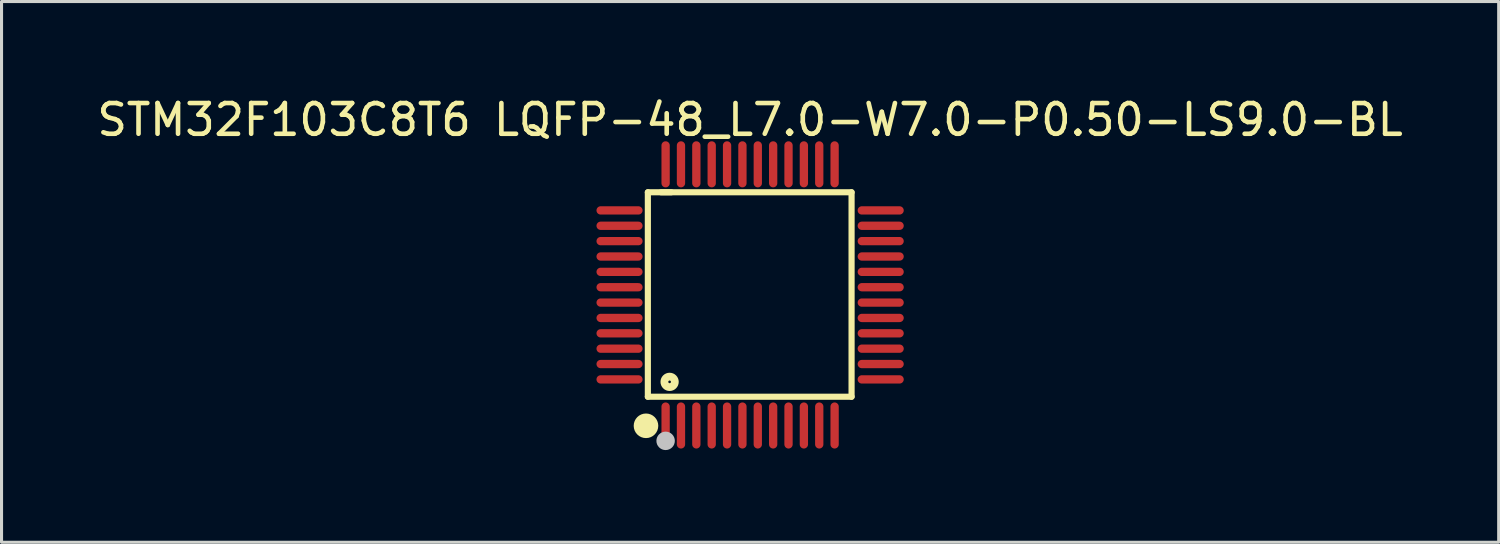
<source format=kicad_pcb>
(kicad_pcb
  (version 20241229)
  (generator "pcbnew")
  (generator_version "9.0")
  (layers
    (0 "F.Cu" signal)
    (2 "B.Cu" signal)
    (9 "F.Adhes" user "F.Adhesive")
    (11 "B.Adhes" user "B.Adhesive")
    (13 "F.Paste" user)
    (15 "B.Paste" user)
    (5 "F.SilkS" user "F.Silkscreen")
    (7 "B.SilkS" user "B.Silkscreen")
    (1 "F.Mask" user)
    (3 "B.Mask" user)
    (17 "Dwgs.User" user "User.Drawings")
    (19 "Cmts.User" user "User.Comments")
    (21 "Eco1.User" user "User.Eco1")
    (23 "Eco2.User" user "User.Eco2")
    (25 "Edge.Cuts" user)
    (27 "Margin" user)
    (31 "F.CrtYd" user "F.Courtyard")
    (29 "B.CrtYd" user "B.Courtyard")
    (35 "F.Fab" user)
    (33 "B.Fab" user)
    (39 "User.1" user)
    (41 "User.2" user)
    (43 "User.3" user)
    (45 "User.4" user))
  (footprint "STM32F103C8T6 LQFP-48_L7.0-W7.0-P0.50-LS9.0-BL"
    (layer "F.Cu")
    (at 21.363 6.548)
    (property "Reference" "STM32F103C8T6 LQFP-48_L7.0-W7.0-P0.50-LS9.0-BL" (at 0 -5.7 0) (unlocked yes) (layer "F.SilkS") (effects (font (size 1 1) (thickness 0.15))))
    (fp_line (start -3.328 -3.34) (end -2.566 -3.34) (stroke (width 0.2) (type default)) (layer "F.SilkS"))
    (fp_line (start -3.328 3.314) (end -3.328 -3.34) (stroke (width 0.2) (type default)) (layer "F.SilkS"))
    (fp_line (start -2.896 -3.34) (end 3.302 -3.34) (stroke (width 0.2) (type default)) (layer "F.SilkS"))
    (fp_line (start 3.302 -3.34) (end 3.302 3.314) (stroke (width 0.2) (type default)) (layer "F.SilkS"))
    (fp_line (start 3.302 3.314) (end -3.328 3.314) (stroke (width 0.2) (type default)) (layer "F.SilkS"))
    (fp_arc (start -3.3875 4.06) (mid -3.38825 4.460002) (end -3.39 4.06) (stroke (width 0.4) (type default)) (layer "F.SilkS"))
    (fp_circle (center -2.62 2.83) (end -2.45 2.83) (stroke (width 0.254) (type default)) (fill no) (layer "F.SilkS"))
    (fp_circle (center -2.75 4.75) (end -2.6 4.75) (stroke (width 0.3) (type default)) (fill no) (layer "Dwgs.User"))
    (fp_poly (pts (xy -4.5 -2.865) (xy -3.8 -2.865) (xy -3.8 -2.635) (xy -4.5 -2.635)) (stroke (width 0.1) (type default)) (fill no) (layer "User.1"))
    (fp_poly (pts (xy -4.5 -2.365) (xy -3.8 -2.365) (xy -3.8 -2.135) (xy -4.5 -2.135)) (stroke (width 0.1) (type default)) (fill no) (layer "User.1"))
    (fp_poly (pts (xy -4.5 -1.865) (xy -3.8 -1.865) (xy -3.8 -1.635) (xy -4.5 -1.635)) (stroke (width 0.1) (type default)) (fill no) (layer "User.1"))
    (fp_poly (pts (xy -4.5 -1.365) (xy -3.8 -1.365) (xy -3.8 -1.135) (xy -4.5 -1.135)) (stroke (width 0.1) (type default)) (fill no) (layer "User.1"))
    (fp_poly (pts (xy -4.5 -0.865) (xy -3.8 -0.865) (xy -3.8 -0.635) (xy -4.5 -0.635)) (stroke (width 0.1) (type default)) (fill no) (layer "User.1"))
    (fp_poly (pts (xy -4.5 -0.365) (xy -3.8 -0.365) (xy -3.8 -0.135) (xy -4.5 -0.135)) (stroke (width 0.1) (type default)) (fill no) (layer "User.1"))
    (fp_poly (pts (xy -4.5 0.135) (xy -3.8 0.135) (xy -3.8 0.365) (xy -4.5 0.365)) (stroke (width 0.1) (type default)) (fill no) (layer "User.1"))
    (fp_poly (pts (xy -4.5 0.635) (xy -3.8 0.635) (xy -3.8 0.865) (xy -4.5 0.865)) (stroke (width 0.1) (type default)) (fill no) (layer "User.1"))
    (fp_poly (pts (xy -4.5 1.135) (xy -3.8 1.135) (xy -3.8 1.365) (xy -4.5 1.365)) (stroke (width 0.1) (type default)) (fill no) (layer "User.1"))
    (fp_poly (pts (xy -4.5 1.635) (xy -3.8 1.635) (xy -3.8 1.865) (xy -4.5 1.865)) (stroke (width 0.1) (type default)) (fill no) (layer "User.1"))
    (fp_poly (pts (xy -4.5 2.135) (xy -3.8 2.135) (xy -3.8 2.365) (xy -4.5 2.365)) (stroke (width 0.1) (type default)) (fill no) (layer "User.1"))
    (fp_poly (pts (xy -4.5 2.635) (xy -3.8 2.635) (xy -3.8 2.865) (xy -4.5 2.865)) (stroke (width 0.1) (type default)) (fill no) (layer "User.1"))
    (fp_poly (pts (xy -3.81 -2.865) (xy -3.49 -2.865) (xy -3.49 -2.635) (xy -3.81 -2.635)) (stroke (width 0.1) (type default)) (fill no) (layer "User.1"))
    (fp_poly (pts (xy -3.81 -2.365) (xy -3.49 -2.365) (xy -3.49 -2.135) (xy -3.81 -2.135)) (stroke (width 0.1) (type default)) (fill no) (layer "User.1"))
    (fp_poly (pts (xy -3.81 -1.865) (xy -3.49 -1.865) (xy -3.49 -1.635) (xy -3.81 -1.635)) (stroke (width 0.1) (type default)) (fill no) (layer "User.1"))
    (fp_poly (pts (xy -3.81 -1.365) (xy -3.49 -1.365) (xy -3.49 -1.135) (xy -3.81 -1.135)) (stroke (width 0.1) (type default)) (fill no) (layer "User.1"))
    (fp_poly (pts (xy -3.81 -0.865) (xy -3.49 -0.865) (xy -3.49 -0.635) (xy -3.81 -0.635)) (stroke (width 0.1) (type default)) (fill no) (layer "User.1"))
    (fp_poly (pts (xy -3.81 -0.365) (xy -3.49 -0.365) (xy -3.49 -0.135) (xy -3.81 -0.135)) (stroke (width 0.1) (type default)) (fill no) (layer "User.1"))
    (fp_poly (pts (xy -3.81 0.135) (xy -3.49 0.135) (xy -3.49 0.365) (xy -3.81 0.365)) (stroke (width 0.1) (type default)) (fill no) (layer "User.1"))
    (fp_poly (pts (xy -3.81 0.635) (xy -3.49 0.635) (xy -3.49 0.865) (xy -3.81 0.865)) (stroke (width 0.1) (type default)) (fill no) (layer "User.1"))
    (fp_poly (pts (xy -3.81 1.135) (xy -3.49 1.135) (xy -3.49 1.365) (xy -3.81 1.365)) (stroke (width 0.1) (type default)) (fill no) (layer "User.1"))
    (fp_poly (pts (xy -3.81 1.635) (xy -3.49 1.635) (xy -3.49 1.865) (xy -3.81 1.865)) (stroke (width 0.1) (type default)) (fill no) (layer "User.1"))
    (fp_poly (pts (xy -3.81 2.135) (xy -3.49 2.135) (xy -3.49 2.365) (xy -3.81 2.365)) (stroke (width 0.1) (type default)) (fill no) (layer "User.1"))
    (fp_poly (pts (xy -3.81 2.635) (xy -3.49 2.635) (xy -3.49 2.865) (xy -3.81 2.865)) (stroke (width 0.1) (type default)) (fill no) (layer "User.1"))
    (fp_poly (pts (xy -2.865 3.81) (xy -2.865 3.49) (xy -2.635 3.49) (xy -2.635 3.81)) (stroke (width 0.1) (type default)) (fill no) (layer "User.1"))
    (fp_poly (pts (xy -2.865 4.5) (xy -2.865 3.8) (xy -2.635 3.8) (xy -2.635 4.5)) (stroke (width 0.1) (type default)) (fill no) (layer "User.1"))
    (fp_poly (pts (xy -2.635 -4.5) (xy -2.635 -3.8) (xy -2.865 -3.8) (xy -2.865 -4.5)) (stroke (width 0.1) (type default)) (fill no) (layer "User.1"))
    (fp_poly (pts (xy -2.635 -3.81) (xy -2.635 -3.49) (xy -2.865 -3.49) (xy -2.865 -3.81)) (stroke (width 0.1) (type default)) (fill no) (layer "User.1"))
    (fp_poly (pts (xy -2.365 3.81) (xy -2.365 3.49) (xy -2.135 3.49) (xy -2.135 3.81)) (stroke (width 0.1) (type default)) (fill no) (layer "User.1"))
    (fp_poly (pts (xy -2.365 4.5) (xy -2.365 3.8) (xy -2.135 3.8) (xy -2.135 4.5)) (stroke (width 0.1) (type default)) (fill no) (layer "User.1"))
    (fp_poly (pts (xy -2.135 -4.5) (xy -2.135 -3.8) (xy -2.365 -3.8) (xy -2.365 -4.5)) (stroke (width 0.1) (type default)) (fill no) (layer "User.1"))
    (fp_poly (pts (xy -2.135 -3.81) (xy -2.135 -3.49) (xy -2.365 -3.49) (xy -2.365 -3.81)) (stroke (width 0.1) (type default)) (fill no) (layer "User.1"))
    (fp_poly (pts (xy -1.865 3.81) (xy -1.865 3.49) (xy -1.635 3.49) (xy -1.635 3.81)) (stroke (width 0.1) (type default)) (fill no) (layer "User.1"))
    (fp_poly (pts (xy -1.865 4.5) (xy -1.865 3.8) (xy -1.635 3.8) (xy -1.635 4.5)) (stroke (width 0.1) (type default)) (fill no) (layer "User.1"))
    (fp_poly (pts (xy -1.635 -4.5) (xy -1.635 -3.8) (xy -1.865 -3.8) (xy -1.865 -4.5)) (stroke (width 0.1) (type default)) (fill no) (layer "User.1"))
    (fp_poly (pts (xy -1.635 -3.81) (xy -1.635 -3.49) (xy -1.865 -3.49) (xy -1.865 -3.81)) (stroke (width 0.1) (type default)) (fill no) (layer "User.1"))
    (fp_poly (pts (xy -1.365 3.81) (xy -1.365 3.49) (xy -1.135 3.49) (xy -1.135 3.81)) (stroke (width 0.1) (type default)) (fill no) (layer "User.1"))
    (fp_poly (pts (xy -1.365 4.5) (xy -1.365 3.8) (xy -1.135 3.8) (xy -1.135 4.5)) (stroke (width 0.1) (type default)) (fill no) (layer "User.1"))
    (fp_poly (pts (xy -1.135 -4.5) (xy -1.135 -3.8) (xy -1.365 -3.8) (xy -1.365 -4.5)) (stroke (width 0.1) (type default)) (fill no) (layer "User.1"))
    (fp_poly (pts (xy -1.135 -3.81) (xy -1.135 -3.49) (xy -1.365 -3.49) (xy -1.365 -3.81)) (stroke (width 0.1) (type default)) (fill no) (layer "User.1"))
    (fp_poly (pts (xy -0.865 3.81) (xy -0.865 3.49) (xy -0.635 3.49) (xy -0.635 3.81)) (stroke (width 0.1) (type default)) (fill no) (layer "User.1"))
    (fp_poly (pts (xy -0.865 4.5) (xy -0.865 3.8) (xy -0.635 3.8) (xy -0.635 4.5)) (stroke (width 0.1) (type default)) (fill no) (layer "User.1"))
    (fp_poly (pts (xy -0.635 -4.5) (xy -0.635 -3.8) (xy -0.865 -3.8) (xy -0.865 -4.5)) (stroke (width 0.1) (type default)) (fill no) (layer "User.1"))
    (fp_poly (pts (xy -0.635 -3.81) (xy -0.635 -3.49) (xy -0.865 -3.49) (xy -0.865 -3.81)) (stroke (width 0.1) (type default)) (fill no) (layer "User.1"))
    (fp_poly (pts (xy -0.365 3.81) (xy -0.365 3.49) (xy -0.135 3.49) (xy -0.135 3.81)) (stroke (width 0.1) (type default)) (fill no) (layer "User.1"))
    (fp_poly (pts (xy -0.365 4.5) (xy -0.365 3.8) (xy -0.135 3.8) (xy -0.135 4.5)) (stroke (width 0.1) (type default)) (fill no) (layer "User.1"))
    (fp_poly (pts (xy -0.135 -4.5) (xy -0.135 -3.8) (xy -0.365 -3.8) (xy -0.365 -4.5)) (stroke (width 0.1) (type default)) (fill no) (layer "User.1"))
    (fp_poly (pts (xy -0.135 -3.81) (xy -0.135 -3.49) (xy -0.365 -3.49) (xy -0.365 -3.81)) (stroke (width 0.1) (type default)) (fill no) (layer "User.1"))
    (fp_poly (pts (xy 0.135 3.81) (xy 0.135 3.49) (xy 0.365 3.49) (xy 0.365 3.81)) (stroke (width 0.1) (type default)) (fill no) (layer "User.1"))
    (fp_poly (pts (xy 0.135 4.5) (xy 0.135 3.8) (xy 0.365 3.8) (xy 0.365 4.5)) (stroke (width 0.1) (type default)) (fill no) (layer "User.1"))
    (fp_poly (pts (xy 0.365 -4.5) (xy 0.365 -3.8) (xy 0.135 -3.8) (xy 0.135 -4.5)) (stroke (width 0.1) (type default)) (fill no) (layer "User.1"))
    (fp_poly (pts (xy 0.365 -3.81) (xy 0.365 -3.49) (xy 0.135 -3.49) (xy 0.135 -3.81)) (stroke (width 0.1) (type default)) (fill no) (layer "User.1"))
    (fp_poly (pts (xy 0.635 3.81) (xy 0.635 3.49) (xy 0.865 3.49) (xy 0.865 3.81)) (stroke (width 0.1) (type default)) (fill no) (layer "User.1"))
    (fp_poly (pts (xy 0.635 4.5) (xy 0.635 3.8) (xy 0.865 3.8) (xy 0.865 4.5)) (stroke (width 0.1) (type default)) (fill no) (layer "User.1"))
    (fp_poly (pts (xy 0.865 -4.5) (xy 0.865 -3.8) (xy 0.635 -3.8) (xy 0.635 -4.5)) (stroke (width 0.1) (type default)) (fill no) (layer "User.1"))
    (fp_poly (pts (xy 0.865 -3.81) (xy 0.865 -3.49) (xy 0.635 -3.49) (xy 0.635 -3.81)) (stroke (width 0.1) (type default)) (fill no) (layer "User.1"))
    (fp_poly (pts (xy 1.135 3.81) (xy 1.135 3.49) (xy 1.365 3.49) (xy 1.365 3.81)) (stroke (width 0.1) (type default)) (fill no) (layer "User.1"))
    (fp_poly (pts (xy 1.135 4.5) (xy 1.135 3.8) (xy 1.365 3.8) (xy 1.365 4.5)) (stroke (width 0.1) (type default)) (fill no) (layer "User.1"))
    (fp_poly (pts (xy 1.365 -4.5) (xy 1.365 -3.8) (xy 1.135 -3.8) (xy 1.135 -4.5)) (stroke (width 0.1) (type default)) (fill no) (layer "User.1"))
    (fp_poly (pts (xy 1.365 -3.81) (xy 1.365 -3.49) (xy 1.135 -3.49) (xy 1.135 -3.81)) (stroke (width 0.1) (type default)) (fill no) (layer "User.1"))
    (fp_poly (pts (xy 1.635 3.81) (xy 1.635 3.49) (xy 1.865 3.49) (xy 1.865 3.81)) (stroke (width 0.1) (type default)) (fill no) (layer "User.1"))
    (fp_poly (pts (xy 1.635 4.5) (xy 1.635 3.8) (xy 1.865 3.8) (xy 1.865 4.5)) (stroke (width 0.1) (type default)) (fill no) (layer "User.1"))
    (fp_poly (pts (xy 1.865 -4.5) (xy 1.865 -3.8) (xy 1.635 -3.8) (xy 1.635 -4.5)) (stroke (width 0.1) (type default)) (fill no) (layer "User.1"))
    (fp_poly (pts (xy 1.865 -3.81) (xy 1.865 -3.49) (xy 1.635 -3.49) (xy 1.635 -3.81)) (stroke (width 0.1) (type default)) (fill no) (layer "User.1"))
    (fp_poly (pts (xy 2.135 3.81) (xy 2.135 3.49) (xy 2.365 3.49) (xy 2.365 3.81)) (stroke (width 0.1) (type default)) (fill no) (layer "User.1"))
    (fp_poly (pts (xy 2.135 4.5) (xy 2.135 3.8) (xy 2.365 3.8) (xy 2.365 4.5)) (stroke (width 0.1) (type default)) (fill no) (layer "User.1"))
    (fp_poly (pts (xy 2.365 -4.5) (xy 2.365 -3.8) (xy 2.135 -3.8) (xy 2.135 -4.5)) (stroke (width 0.1) (type default)) (fill no) (layer "User.1"))
    (fp_poly (pts (xy 2.365 -3.81) (xy 2.365 -3.49) (xy 2.135 -3.49) (xy 2.135 -3.81)) (stroke (width 0.1) (type default)) (fill no) (layer "User.1"))
    (fp_poly (pts (xy 2.635 3.81) (xy 2.635 3.49) (xy 2.865 3.49) (xy 2.865 3.81)) (stroke (width 0.1) (type default)) (fill no) (layer "User.1"))
    (fp_poly (pts (xy 2.635 4.5) (xy 2.635 3.8) (xy 2.865 3.8) (xy 2.865 4.5)) (stroke (width 0.1) (type default)) (fill no) (layer "User.1"))
    (fp_poly (pts (xy 2.865 -4.5) (xy 2.865 -3.8) (xy 2.635 -3.8) (xy 2.635 -4.5)) (stroke (width 0.1) (type default)) (fill no) (layer "User.1"))
    (fp_poly (pts (xy 2.865 -3.81) (xy 2.865 -3.49) (xy 2.635 -3.49) (xy 2.635 -3.81)) (stroke (width 0.1) (type default)) (fill no) (layer "User.1"))
    (fp_poly (pts (xy 3.81 -2.635) (xy 3.49 -2.635) (xy 3.49 -2.865) (xy 3.81 -2.865)) (stroke (width 0.1) (type default)) (fill no) (layer "User.1"))
    (fp_poly (pts (xy 3.81 -2.135) (xy 3.49 -2.135) (xy 3.49 -2.365) (xy 3.81 -2.365)) (stroke (width 0.1) (type default)) (fill no) (layer "User.1"))
    (fp_poly (pts (xy 3.81 -1.635) (xy 3.49 -1.635) (xy 3.49 -1.865) (xy 3.81 -1.865)) (stroke (width 0.1) (type default)) (fill no) (layer "User.1"))
    (fp_poly (pts (xy 3.81 -1.135) (xy 3.49 -1.135) (xy 3.49 -1.365) (xy 3.81 -1.365)) (stroke (width 0.1) (type default)) (fill no) (layer "User.1"))
    (fp_poly (pts (xy 3.81 -0.635) (xy 3.49 -0.635) (xy 3.49 -0.865) (xy 3.81 -0.865)) (stroke (width 0.1) (type default)) (fill no) (layer "User.1"))
    (fp_poly (pts (xy 3.81 -0.135) (xy 3.49 -0.135) (xy 3.49 -0.365) (xy 3.81 -0.365)) (stroke (width 0.1) (type default)) (fill no) (layer "User.1"))
    (fp_poly (pts (xy 3.81 0.365) (xy 3.49 0.365) (xy 3.49 0.135) (xy 3.81 0.135)) (stroke (width 0.1) (type default)) (fill no) (layer "User.1"))
    (fp_poly (pts (xy 3.81 0.865) (xy 3.49 0.865) (xy 3.49 0.635) (xy 3.81 0.635)) (stroke (width 0.1) (type default)) (fill no) (layer "User.1"))
    (fp_poly (pts (xy 3.81 1.365) (xy 3.49 1.365) (xy 3.49 1.135) (xy 3.81 1.135)) (stroke (width 0.1) (type default)) (fill no) (layer "User.1"))
    (fp_poly (pts (xy 3.81 1.865) (xy 3.49 1.865) (xy 3.49 1.635) (xy 3.81 1.635)) (stroke (width 0.1) (type default)) (fill no) (layer "User.1"))
    (fp_poly (pts (xy 3.81 2.365) (xy 3.49 2.365) (xy 3.49 2.135) (xy 3.81 2.135)) (stroke (width 0.1) (type default)) (fill no) (layer "User.1"))
    (fp_poly (pts (xy 3.81 2.865) (xy 3.49 2.865) (xy 3.49 2.635) (xy 3.81 2.635)) (stroke (width 0.1) (type default)) (fill no) (layer "User.1"))
    (fp_poly (pts (xy 4.5 -2.635) (xy 3.8 -2.635) (xy 3.8 -2.865) (xy 4.5 -2.865)) (stroke (width 0.1) (type default)) (fill no) (layer "User.1"))
    (fp_poly (pts (xy 4.5 -2.135) (xy 3.8 -2.135) (xy 3.8 -2.365) (xy 4.5 -2.365)) (stroke (width 0.1) (type default)) (fill no) (layer "User.1"))
    (fp_poly (pts (xy 4.5 -1.635) (xy 3.8 -1.635) (xy 3.8 -1.865) (xy 4.5 -1.865)) (stroke (width 0.1) (type default)) (fill no) (layer "User.1"))
    (fp_poly (pts (xy 4.5 -1.135) (xy 3.8 -1.135) (xy 3.8 -1.365) (xy 4.5 -1.365)) (stroke (width 0.1) (type default)) (fill no) (layer "User.1"))
    (fp_poly (pts (xy 4.5 -0.635) (xy 3.8 -0.635) (xy 3.8 -0.865) (xy 4.5 -0.865)) (stroke (width 0.1) (type default)) (fill no) (layer "User.1"))
    (fp_poly (pts (xy 4.5 -0.135) (xy 3.8 -0.135) (xy 3.8 -0.365) (xy 4.5 -0.365)) (stroke (width 0.1) (type default)) (fill no) (layer "User.1"))
    (fp_poly (pts (xy 4.5 0.365) (xy 3.8 0.365) (xy 3.8 0.135) (xy 4.5 0.135)) (stroke (width 0.1) (type default)) (fill no) (layer "User.1"))
    (fp_poly (pts (xy 4.5 0.865) (xy 3.8 0.865) (xy 3.8 0.635) (xy 4.5 0.635)) (stroke (width 0.1) (type default)) (fill no) (layer "User.1"))
    (fp_poly (pts (xy 4.5 1.365) (xy 3.8 1.365) (xy 3.8 1.135) (xy 4.5 1.135)) (stroke (width 0.1) (type default)) (fill no) (layer "User.1"))
    (fp_poly (pts (xy 4.5 1.865) (xy 3.8 1.865) (xy 3.8 1.635) (xy 4.5 1.635)) (stroke (width 0.1) (type default)) (fill no) (layer "User.1"))
    (fp_poly (pts (xy 4.5 2.365) (xy 3.8 2.365) (xy 3.8 2.135) (xy 4.5 2.135)) (stroke (width 0.1) (type default)) (fill no) (layer "User.1"))
    (fp_poly (pts (xy 4.5 2.865) (xy 3.8 2.865) (xy 3.8 2.635) (xy 4.5 2.635)) (stroke (width 0.1) (type default)) (fill no) (layer "User.1"))
    (fp_line (start -3.5 -3.5) (end 3.5 -3.5) (stroke (width 0.051) (type default)) (layer "User.2"))
    (fp_line (start -3.5 3.5) (end -3.5 -3.5) (stroke (width 0.051) (type default)) (layer "User.2"))
    (fp_line (start 3.5 -3.5) (end 3.5 3.5) (stroke (width 0.051) (type default)) (layer "User.2"))
    (fp_line (start 3.5 3.5) (end -3.5 3.5) (stroke (width 0.051) (type default)) (layer "User.2"))
    (fp_poly (pts (xy -4.44 4.5) (xy -4.458 4.458) (xy -4.5 4.44) (xy -4.542 4.458) (xy -4.56 4.5) (xy -4.542 4.542) (xy -4.5 4.56) (xy -4.458 4.542)) (stroke (width 0.1) (type default)) (fill no) (layer "User.3"))
    (pad "1" smd oval (at -2.75 4.25) (size 0.27 1.5) (layers "F.Cu" "F.Mask" "F.Paste"))
    (pad "2" smd oval (at -2.25 4.25) (size 0.27 1.5) (layers "F.Cu" "F.Mask" "F.Paste"))
    (pad "3" smd oval (at -1.75 4.25) (size 0.27 1.5) (layers "F.Cu" "F.Mask" "F.Paste"))
    (pad "4" smd oval (at -1.25 4.25) (size 0.27 1.5) (layers "F.Cu" "F.Mask" "F.Paste"))
    (pad "5" smd oval (at -0.75 4.25) (size 0.27 1.5) (layers "F.Cu" "F.Mask" "F.Paste"))
    (pad "6" smd oval (at -0.25 4.25) (size 0.27 1.5) (layers "F.Cu" "F.Mask" "F.Paste"))
    (pad "7" smd oval (at 0.25 4.25) (size 0.27 1.5) (layers "F.Cu" "F.Mask" "F.Paste"))
    (pad "8" smd oval (at 0.75 4.25) (size 0.27 1.5) (layers "F.Cu" "F.Mask" "F.Paste"))
    (pad "9" smd oval (at 1.25 4.25) (size 0.27 1.5) (layers "F.Cu" "F.Mask" "F.Paste"))
    (pad "10" smd oval (at 1.75 4.25) (size 0.27 1.5) (layers "F.Cu" "F.Mask" "F.Paste"))
    (pad "11" smd oval (at 2.25 4.25) (size 0.27 1.5) (layers "F.Cu" "F.Mask" "F.Paste"))
    (pad "12" smd oval (at 2.75 4.25) (size 0.27 1.5) (layers "F.Cu" "F.Mask" "F.Paste"))
    (pad "13" smd oval (at 4.25 2.75) (size 1.5 0.27) (layers "F.Cu" "F.Mask" "F.Paste"))
    (pad "14" smd oval (at 4.25 2.25) (size 1.5 0.27) (layers "F.Cu" "F.Mask" "F.Paste"))
    (pad "15" smd oval (at 4.25 1.75) (size 1.5 0.27) (layers "F.Cu" "F.Mask" "F.Paste"))
    (pad "16" smd oval (at 4.25 1.25) (size 1.5 0.27) (layers "F.Cu" "F.Mask" "F.Paste"))
    (pad "17" smd oval (at 4.25 0.75) (size 1.5 0.27) (layers "F.Cu" "F.Mask" "F.Paste"))
    (pad "18" smd oval (at 4.25 0.25) (size 1.5 0.27) (layers "F.Cu" "F.Mask" "F.Paste"))
    (pad "19" smd oval (at 4.25 -0.25) (size 1.5 0.27) (layers "F.Cu" "F.Mask" "F.Paste"))
    (pad "20" smd oval (at 4.25 -0.75) (size 1.5 0.27) (layers "F.Cu" "F.Mask" "F.Paste"))
    (pad "21" smd oval (at 4.25 -1.25) (size 1.5 0.27) (layers "F.Cu" "F.Mask" "F.Paste"))
    (pad "22" smd oval (at 4.25 -1.75) (size 1.5 0.27) (layers "F.Cu" "F.Mask" "F.Paste"))
    (pad "23" smd oval (at 4.25 -2.25) (size 1.5 0.27) (layers "F.Cu" "F.Mask" "F.Paste"))
    (pad "24" smd oval (at 4.25 -2.75) (size 1.5 0.27) (layers "F.Cu" "F.Mask" "F.Paste"))
    (pad "25" smd oval (at 2.75 -4.25) (size 0.27 1.5) (layers "F.Cu" "F.Mask" "F.Paste"))
    (pad "26" smd oval (at 2.25 -4.25) (size 0.27 1.5) (layers "F.Cu" "F.Mask" "F.Paste"))
    (pad "27" smd oval (at 1.75 -4.25) (size 0.27 1.5) (layers "F.Cu" "F.Mask" "F.Paste"))
    (pad "28" smd oval (at 1.25 -4.25) (size 0.27 1.5) (layers "F.Cu" "F.Mask" "F.Paste"))
    (pad "29" smd oval (at 0.75 -4.25) (size 0.27 1.5) (layers "F.Cu" "F.Mask" "F.Paste"))
    (pad "30" smd oval (at 0.25 -4.25) (size 0.27 1.5) (layers "F.Cu" "F.Mask" "F.Paste"))
    (pad "31" smd oval (at -0.25 -4.25) (size 0.27 1.5) (layers "F.Cu" "F.Mask" "F.Paste"))
    (pad "32" smd oval (at -0.75 -4.25) (size 0.27 1.5) (layers "F.Cu" "F.Mask" "F.Paste"))
    (pad "33" smd oval (at -1.25 -4.25) (size 0.27 1.5) (layers "F.Cu" "F.Mask" "F.Paste"))
    (pad "34" smd oval (at -1.75 -4.25) (size 0.27 1.5) (layers "F.Cu" "F.Mask" "F.Paste"))
    (pad "35" smd oval (at -2.25 -4.25) (size 0.27 1.5) (layers "F.Cu" "F.Mask" "F.Paste"))
    (pad "36" smd oval (at -2.75 -4.25) (size 0.27 1.5) (layers "F.Cu" "F.Mask" "F.Paste"))
    (pad "37" smd oval (at -4.25 -2.75) (size 1.5 0.27) (layers "F.Cu" "F.Mask" "F.Paste"))
    (pad "38" smd oval (at -4.25 -2.25) (size 1.5 0.27) (layers "F.Cu" "F.Mask" "F.Paste"))
    (pad "39" smd oval (at -4.25 -1.75) (size 1.5 0.27) (layers "F.Cu" "F.Mask" "F.Paste"))
    (pad "40" smd oval (at -4.25 -1.25) (size 1.5 0.27) (layers "F.Cu" "F.Mask" "F.Paste"))
    (pad "41" smd oval (at -4.25 -0.75) (size 1.5 0.27) (layers "F.Cu" "F.Mask" "F.Paste"))
    (pad "42" smd oval (at -4.25 -0.25) (size 1.5 0.27) (layers "F.Cu" "F.Mask" "F.Paste"))
    (pad "43" smd oval (at -4.25 0.25) (size 1.5 0.27) (layers "F.Cu" "F.Mask" "F.Paste"))
    (pad "44" smd oval (at -4.25 0.75) (size 1.5 0.27) (layers "F.Cu" "F.Mask" "F.Paste"))
    (pad "45" smd oval (at -4.25 1.25) (size 1.5 0.27) (layers "F.Cu" "F.Mask" "F.Paste"))
    (pad "46" smd oval (at -4.25 1.75) (size 1.5 0.27) (layers "F.Cu" "F.Mask" "F.Paste"))
    (pad "47" smd oval (at -4.25 2.25) (size 1.5 0.27) (layers "F.Cu" "F.Mask" "F.Paste"))
    (pad "48" smd oval (at -4.25 2.75) (size 1.5 0.27) (layers "F.Cu" "F.Mask" "F.Paste")))
  (gr_rect
    (start -3 -3)
    (end 45.726 14.598)
    (stroke (width 0.1) (type default))
    (fill no)
    (layer "Edge.Cuts")))
</source>
